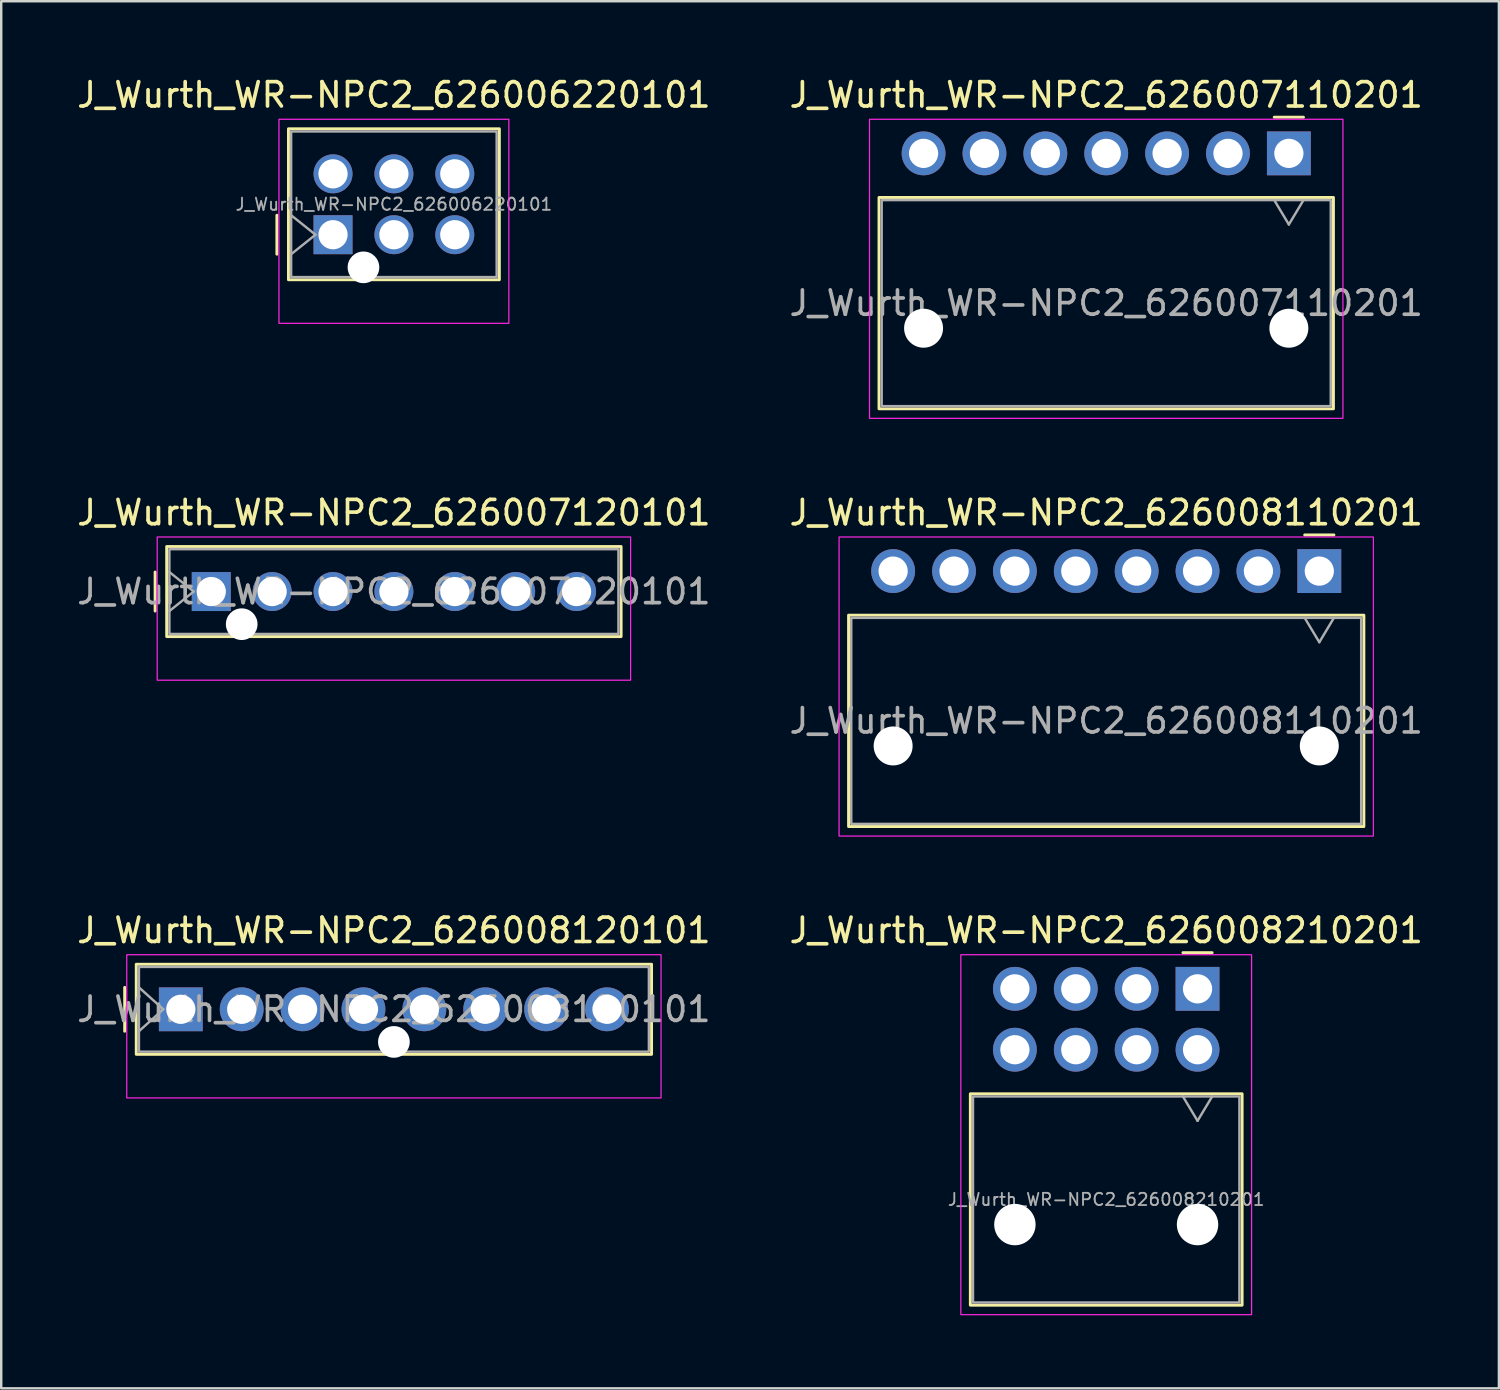
<source format=kicad_pcb>
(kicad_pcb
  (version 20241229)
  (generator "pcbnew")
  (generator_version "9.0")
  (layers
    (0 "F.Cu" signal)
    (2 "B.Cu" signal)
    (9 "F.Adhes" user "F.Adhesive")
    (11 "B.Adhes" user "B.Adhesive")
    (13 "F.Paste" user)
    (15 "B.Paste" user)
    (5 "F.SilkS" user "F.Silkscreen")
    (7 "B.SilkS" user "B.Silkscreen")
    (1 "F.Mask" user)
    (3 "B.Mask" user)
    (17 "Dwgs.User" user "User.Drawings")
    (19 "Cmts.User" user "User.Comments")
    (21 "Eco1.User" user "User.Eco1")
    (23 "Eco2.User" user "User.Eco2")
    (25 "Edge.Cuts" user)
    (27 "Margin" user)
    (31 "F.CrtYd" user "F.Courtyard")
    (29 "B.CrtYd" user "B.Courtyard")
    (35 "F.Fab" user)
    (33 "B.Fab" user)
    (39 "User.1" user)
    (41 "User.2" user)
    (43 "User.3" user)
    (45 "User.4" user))
  (footprint "J_Wurth_WR-NPC2_626008210201"
    (layer "F.Cu")
    (at 46.125 37.555)
    (property "Reference" "J_Wurth_WR-NPC2_626008210201" (at -3.75 -2.4 0) (unlocked yes) (layer "F.SilkS") (effects (font (size 1 1) (thickness 0.15))))
    (attr through_hole)
    (fp_line (start -0.6 -1.485) (end 0.6 -1.485) (stroke (width 0.12) (type default)) (layer "F.SilkS"))
    (fp_rect (start -9.33 4.31) (end 1.83 12.99) (stroke (width 0.12) (type default)) (fill no) (layer "F.SilkS"))
    (fp_rect (start -9.72 -1.4) (end 2.22 13.38) (stroke (width 0.05) (type default)) (fill no) (layer "F.CrtYd"))
    (fp_line (start -0.6 4.42) (end 0 5.42) (stroke (width 0.1) (type default)) (layer "F.Fab"))
    (fp_line (start 0.6 4.42) (end 0 5.42) (stroke (width 0.1) (type default)) (layer "F.Fab"))
    (fp_rect (start -9.22 4.42) (end 1.72 12.88) (stroke (width 0.1) (type default)) (fill no) (layer "F.Fab"))
    (fp_text user "${REFERENCE}" (at -3.75 8.65 0) (unlocked yes) (layer "F.Fab") (effects (font (size 0.5 0.5) (thickness 0.075))))
    (pad "" np_thru_hole circle (at -7.5 9.68) (size 1.7 1.7) (drill 1.7) (layers "*.Cu" "*.Mask"))
    (pad "" np_thru_hole circle (at 0 9.68) (size 1.7 1.7) (drill 1.7) (layers "*.Cu" "*.Mask"))
    (pad "1" thru_hole rect (at 0 0) (size 1.8 1.8) (drill 1.2) (layers "*.Cu" "*.Mask"))
    (pad "2" thru_hole circle (at -2.5 0) (size 1.8 1.8) (drill 1.2) (layers "*.Cu" "*.Mask"))
    (pad "3" thru_hole circle (at -5 0) (size 1.8 1.8) (drill 1.2) (layers "*.Cu" "*.Mask"))
    (pad "4" thru_hole circle (at -7.5 0) (size 1.8 1.8) (drill 1.2) (layers "*.Cu" "*.Mask"))
    (pad "5" thru_hole circle (at 0 2.5) (size 1.8 1.8) (drill 1.2) (layers "*.Cu" "*.Mask"))
    (pad "6" thru_hole circle (at -2.5 2.5) (size 1.8 1.8) (drill 1.2) (layers "*.Cu" "*.Mask"))
    (pad "7" thru_hole circle (at -5 2.5) (size 1.8 1.8) (drill 1.2) (layers "*.Cu" "*.Mask"))
    (pad "8" thru_hole circle (at -7.5 2.5) (size 1.8 1.8) (drill 1.2) (layers "*.Cu" "*.Mask")))
  (footprint "J_Wurth_WR-NPC2_626008110201"
    (layer "F.Cu")
    (at 51.125 20.401)
    (property "Reference" "J_Wurth_WR-NPC2_626008110201" (at -8.75 -2.4 0) (unlocked yes) (layer "F.SilkS") (effects (font (size 1 1) (thickness 0.15))))
    (attr through_hole)
    (fp_line (start -0.6 -1.485) (end 0.6 -1.485) (stroke (width 0.12) (type default)) (layer "F.SilkS"))
    (fp_rect (start -19.33 1.81) (end 1.83 10.49) (stroke (width 0.12) (type default)) (fill no) (layer "F.SilkS"))
    (fp_rect (start -19.72 -1.4) (end 2.22 10.88) (stroke (width 0.05) (type default)) (fill no) (layer "F.CrtYd"))
    (fp_line (start -0.6 1.92) (end 0 2.92) (stroke (width 0.1) (type default)) (layer "F.Fab"))
    (fp_line (start 0.6 1.92) (end 0 2.92) (stroke (width 0.1) (type default)) (layer "F.Fab"))
    (fp_rect (start -19.22 1.92) (end 1.72 10.38) (stroke (width 0.1) (type default)) (fill no) (layer "F.Fab"))
    (fp_text user "${REFERENCE}" (at -8.75 6.15 0) (unlocked yes) (layer "F.Fab") (effects (font (size 1 1) (thickness 0.15))))
    (pad "" np_thru_hole circle (at -17.5 7.18) (size 1.6 1.6) (drill 1.6) (layers "*.Cu" "*.Mask"))
    (pad "" np_thru_hole circle (at 0 7.18) (size 1.6 1.6) (drill 1.6) (layers "*.Cu" "*.Mask"))
    (pad "1" thru_hole rect (at 0 0) (size 1.8 1.8) (drill 1.2) (layers "*.Cu" "*.Mask"))
    (pad "2" thru_hole circle (at -2.5 0) (size 1.8 1.8) (drill 1.2) (layers "*.Cu" "*.Mask"))
    (pad "3" thru_hole circle (at -5 0) (size 1.8 1.8) (drill 1.2) (layers "*.Cu" "*.Mask"))
    (pad "4" thru_hole circle (at -7.5 0) (size 1.8 1.8) (drill 1.2) (layers "*.Cu" "*.Mask"))
    (pad "5" thru_hole circle (at -10 0) (size 1.8 1.8) (drill 1.2) (layers "*.Cu" "*.Mask"))
    (pad "6" thru_hole circle (at -12.5 0) (size 1.8 1.8) (drill 1.2) (layers "*.Cu" "*.Mask"))
    (pad "7" thru_hole circle (at -15 0) (size 1.8 1.8) (drill 1.2) (layers "*.Cu" "*.Mask"))
    (pad "8" thru_hole circle (at -17.5 0) (size 1.8 1.8) (drill 1.2) (layers "*.Cu" "*.Mask")))
  (footprint "J_Wurth_WR-NPC2_626007120101"
    (layer "F.Cu")
    (at 5.625 21.241)
    (property "Reference" "J_Wurth_WR-NPC2_626007120101" (at 7.5 -3.24 0) (unlocked yes) (layer "F.SilkS") (effects (font (size 1 1) (thickness 0.15))))
    (attr through_hole)
    (fp_line (start -2.305 -0.8) (end -2.305 0.8) (stroke (width 0.12) (type default)) (layer "F.SilkS"))
    (fp_rect (start -1.83 -1.85) (end 16.83 1.85) (stroke (width 0.12) (type default)) (fill no) (layer "F.SilkS"))
    (fp_rect (start -2.22 -2.24) (end 17.22 3.64) (stroke (width 0.05) (type default)) (fill no) (layer "F.CrtYd"))
    (fp_line (start -1.72 -0.8) (end -0.72 0) (stroke (width 0.1) (type default)) (layer "F.Fab"))
    (fp_line (start -1.72 0.8) (end -0.72 0) (stroke (width 0.1) (type default)) (layer "F.Fab"))
    (fp_rect (start -1.72 -1.74) (end 16.72 1.74) (stroke (width 0.1) (type default)) (fill no) (layer "F.Fab"))
    (fp_text user "${REFERENCE}" (at 7.5 0 0) (unlocked yes) (layer "F.Fab") (effects (font (size 1 1) (thickness 0.15))))
    (pad "" np_thru_hole circle (at 1.25 1.34) (size 1.3 1.3) (drill 1.3) (layers "*.Cu" "*.Mask"))
    (pad "1" thru_hole rect (at 0 0) (size 1.6 1.6) (drill 1.2) (layers "*.Cu" "*.Mask"))
    (pad "2" thru_hole circle (at 2.5 0) (size 1.6 1.6) (drill 1.2) (layers "*.Cu" "*.Mask"))
    (pad "3" thru_hole circle (at 5 0) (size 1.6 1.6) (drill 1.2) (layers "*.Cu" "*.Mask"))
    (pad "4" thru_hole circle (at 7.5 0) (size 1.6 1.6) (drill 1.2) (layers "*.Cu" "*.Mask"))
    (pad "5" thru_hole circle (at 10 0) (size 1.6 1.6) (drill 1.2) (layers "*.Cu" "*.Mask"))
    (pad "6" thru_hole circle (at 12.5 0) (size 1.6 1.6) (drill 1.2) (layers "*.Cu" "*.Mask"))
    (pad "7" thru_hole circle (at 15 0) (size 1.6 1.6) (drill 1.2) (layers "*.Cu" "*.Mask")))
  (footprint "J_Wurth_WR-NPC2_626006220101"
    (layer "F.Cu")
    (at 10.625 6.588)
    (property "Reference" "J_Wurth_WR-NPC2_626006220101" (at 2.5 -5.74 0) (unlocked yes) (layer "F.SilkS") (effects (font (size 1 1) (thickness 0.15))))
    (attr through_hole)
    (fp_line (start -2.305 -0.8) (end -2.305 0.8) (stroke (width 0.12) (type default)) (layer "F.SilkS"))
    (fp_rect (start -1.83 -4.35) (end 6.83 1.85) (stroke (width 0.12) (type default)) (fill no) (layer "F.SilkS"))
    (fp_rect (start -2.22 -4.74) (end 7.22 3.64) (stroke (width 0.05) (type default)) (fill no) (layer "F.CrtYd"))
    (fp_line (start -1.72 -0.8) (end -0.72 0) (stroke (width 0.1) (type default)) (layer "F.Fab"))
    (fp_line (start -1.72 0.8) (end -0.72 0) (stroke (width 0.1) (type default)) (layer "F.Fab"))
    (fp_rect (start -1.72 -4.24) (end 6.72 1.74) (stroke (width 0.1) (type default)) (fill no) (layer "F.Fab"))
    (fp_text user "${REFERENCE}" (at 2.5 -1.25 0) (unlocked yes) (layer "F.Fab") (effects (font (size 0.5 0.5) (thickness 0.075))))
    (pad "" np_thru_hole circle (at 1.25 1.34) (size 1.3 1.3) (drill 1.3) (layers "*.Cu" "*.Mask"))
    (pad "1" thru_hole rect (at 0 0) (size 1.6 1.6) (drill 1.2) (layers "*.Cu" "*.Mask"))
    (pad "2" thru_hole circle (at 2.5 0) (size 1.6 1.6) (drill 1.2) (layers "*.Cu" "*.Mask"))
    (pad "3" thru_hole circle (at 5 0) (size 1.6 1.6) (drill 1.2) (layers "*.Cu" "*.Mask"))
    (pad "4" thru_hole circle (at 0 -2.5) (size 1.6 1.6) (drill 1.2) (layers "*.Cu" "*.Mask"))
    (pad "5" thru_hole circle (at 2.5 -2.5) (size 1.6 1.6) (drill 1.2) (layers "*.Cu" "*.Mask"))
    (pad "6" thru_hole circle (at 5 -2.5) (size 1.6 1.6) (drill 1.2) (layers "*.Cu" "*.Mask")))
  (footprint "J_Wurth_WR-NPC2_626007110201"
    (layer "F.Cu")
    (at 49.875 3.248)
    (property "Reference" "J_Wurth_WR-NPC2_626007110201" (at -7.5 -2.4 0) (unlocked yes) (layer "F.SilkS") (effects (font (size 1 1) (thickness 0.15))))
    (attr through_hole)
    (fp_line (start -0.6 -1.485) (end 0.6 -1.485) (stroke (width 0.12) (type default)) (layer "F.SilkS"))
    (fp_rect (start -16.83 1.81) (end 1.83 10.49) (stroke (width 0.12) (type default)) (fill no) (layer "F.SilkS"))
    (fp_rect (start -17.22 -1.4) (end 2.22 10.88) (stroke (width 0.05) (type default)) (fill no) (layer "F.CrtYd"))
    (fp_line (start -0.6 1.92) (end 0 2.92) (stroke (width 0.1) (type default)) (layer "F.Fab"))
    (fp_line (start 0.6 1.92) (end 0 2.92) (stroke (width 0.1) (type default)) (layer "F.Fab"))
    (fp_rect (start -16.72 1.92) (end 1.72 10.38) (stroke (width 0.1) (type default)) (fill no) (layer "F.Fab"))
    (fp_text user "${REFERENCE}" (at -7.5 6.15 0) (unlocked yes) (layer "F.Fab") (effects (font (size 1 1) (thickness 0.15))))
    (pad "" np_thru_hole circle (at -15 7.18) (size 1.6 1.6) (drill 1.6) (layers "*.Cu" "*.Mask"))
    (pad "" np_thru_hole circle (at 0 7.18) (size 1.6 1.6) (drill 1.6) (layers "*.Cu" "*.Mask"))
    (pad "1" thru_hole rect (at 0 0) (size 1.8 1.8) (drill 1.2) (layers "*.Cu" "*.Mask"))
    (pad "2" thru_hole circle (at -2.5 0) (size 1.8 1.8) (drill 1.2) (layers "*.Cu" "*.Mask"))
    (pad "3" thru_hole circle (at -5 0) (size 1.8 1.8) (drill 1.2) (layers "*.Cu" "*.Mask"))
    (pad "4" thru_hole circle (at -7.5 0) (size 1.8 1.8) (drill 1.2) (layers "*.Cu" "*.Mask"))
    (pad "5" thru_hole circle (at -10 0) (size 1.8 1.8) (drill 1.2) (layers "*.Cu" "*.Mask"))
    (pad "6" thru_hole circle (at -12.5 0) (size 1.8 1.8) (drill 1.2) (layers "*.Cu" "*.Mask"))
    (pad "7" thru_hole circle (at -15 0) (size 1.8 1.8) (drill 1.2) (layers "*.Cu" "*.Mask")))
  (footprint "J_Wurth_WR-NPC2_626008120101"
    (layer "F.Cu")
    (at 4.375 38.395)
    (property "Reference" "J_Wurth_WR-NPC2_626008120101" (at 8.75 -3.24 0) (unlocked yes) (layer "F.SilkS") (effects (font (size 1 1) (thickness 0.15))))
    (attr through_hole)
    (fp_line (start -2.305 -0.9) (end -2.305 0.9) (stroke (width 0.12) (type default)) (layer "F.SilkS"))
    (fp_rect (start -1.83 -1.85) (end 19.33 1.85) (stroke (width 0.12) (type default)) (fill no) (layer "F.SilkS"))
    (fp_rect (start -2.22 -2.24) (end 19.72 3.64) (stroke (width 0.05) (type default)) (fill no) (layer "F.CrtYd"))
    (fp_line (start -1.72 -0.9) (end -0.72 0) (stroke (width 0.1) (type default)) (layer "F.Fab"))
    (fp_line (start -1.72 0.9) (end -0.72 0) (stroke (width 0.1) (type default)) (layer "F.Fab"))
    (fp_rect (start -1.72 -1.74) (end 19.22 1.74) (stroke (width 0.1) (type default)) (fill no) (layer "F.Fab"))
    (fp_text user "${REFERENCE}" (at 8.75 0 0) (unlocked yes) (layer "F.Fab") (effects (font (size 1 1) (thickness 0.15))))
    (pad "" np_thru_hole circle (at 8.75 1.34) (size 1.3 1.3) (drill 1.3) (layers "*.Cu" "*.Mask"))
    (pad "1" thru_hole rect (at 0 0) (size 1.8 1.8) (drill 1.2) (layers "*.Cu" "*.Mask"))
    (pad "2" thru_hole circle (at 2.5 0) (size 1.8 1.8) (drill 1.2) (layers "*.Cu" "*.Mask"))
    (pad "3" thru_hole circle (at 5 0) (size 1.8 1.8) (drill 1.2) (layers "*.Cu" "*.Mask"))
    (pad "4" thru_hole circle (at 7.5 0) (size 1.8 1.8) (drill 1.2) (layers "*.Cu" "*.Mask"))
    (pad "5" thru_hole circle (at 10 0) (size 1.8 1.8) (drill 1.2) (layers "*.Cu" "*.Mask"))
    (pad "6" thru_hole circle (at 12.5 0) (size 1.8 1.8) (drill 1.2) (layers "*.Cu" "*.Mask"))
    (pad "7" thru_hole circle (at 15 0) (size 1.8 1.8) (drill 1.2) (layers "*.Cu" "*.Mask"))
    (pad "8" thru_hole circle (at 17.5 0) (size 1.8 1.8) (drill 1.2) (layers "*.Cu" "*.Mask")))
  (gr_rect
    (start -3 -3)
    (end 58.5 53.96)
    (stroke (width 0.1) (type default))
    (fill no)
    (layer "Edge.Cuts")))
</source>
